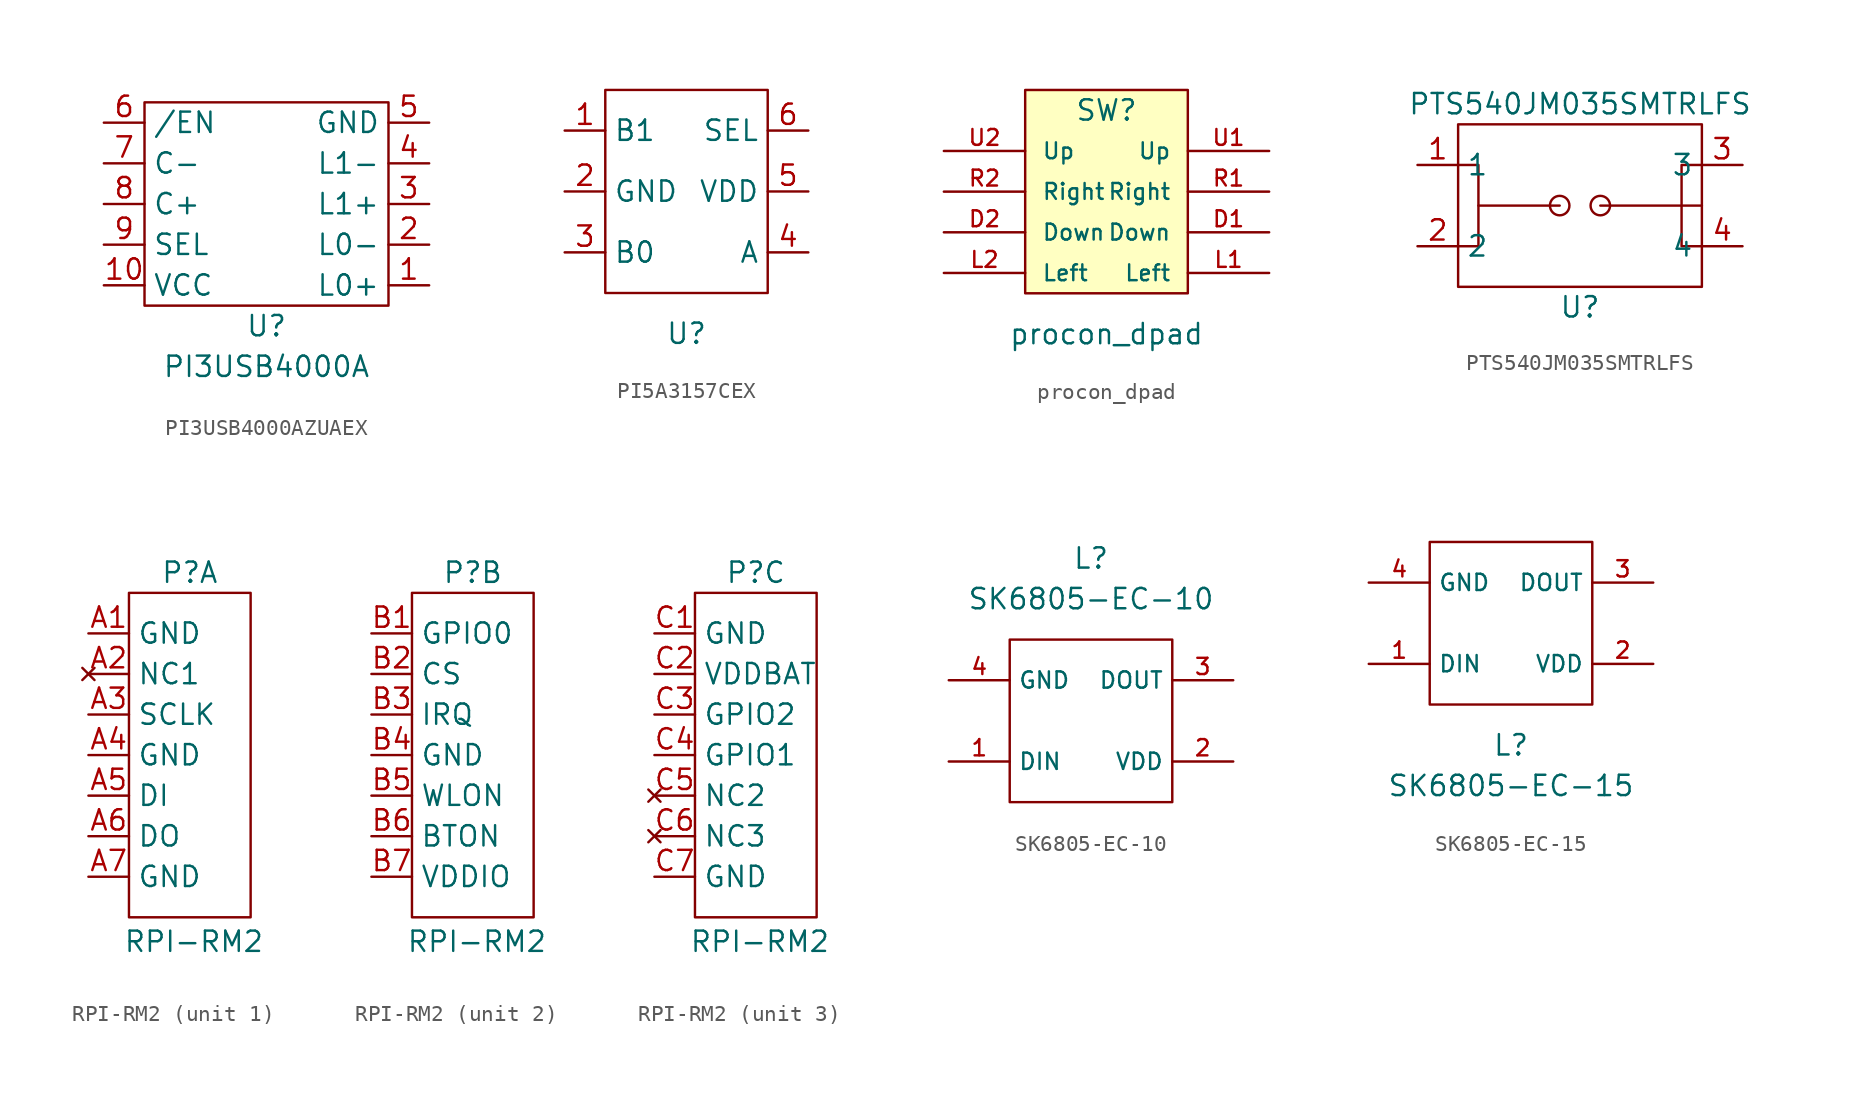
<source format=kicad_sym>
(kicad_symbol_lib
  (version 20231120)
  (generator "kicad_symbol_editor")
  (generator_version "8.0")
  (symbol "PI3USB4000AZUAEX"
    (property "Reference" "U"
      (at 0 -7.62 0)
      (effects (font (size 1.27 1.27))))
    (property "Value" "PI3USB4000A"
      (at 0 -10.16 0)
      (effects (font (size 1.27 1.27))))
    (symbol "PI3USB4000AZUAEX_0_1"
      (rectangle (start -7.62 6.35) (end 7.62 -6.35) (stroke (width 0) (type default)) (fill (type none))))
    (symbol "PI3USB4000AZUAEX_1_1"
      (pin bidirectional line (at 10.16 -5.08 180) (length 2.54) (name "L0+" (effects (font (size 1.27 1.27)))) (number "1" (effects (font (size 1.27 1.27)))))
      (pin power_in line (at -10.16 -5.08 0) (length 2.54) (name "VCC" (effects (font (size 1.27 1.27)))) (number "10" (effects (font (size 1.27 1.27)))))
      (pin bidirectional line (at 10.16 -2.54 180) (length 2.54) (name "L0-" (effects (font (size 1.27 1.27)))) (number "2" (effects (font (size 1.27 1.27)))))
      (pin bidirectional line (at 10.16 0 180) (length 2.54) (name "L1+" (effects (font (size 1.27 1.27)))) (number "3" (effects (font (size 1.27 1.27)))))
      (pin bidirectional line (at 10.16 2.54 180) (length 2.54) (name "L1-" (effects (font (size 1.27 1.27)))) (number "4" (effects (font (size 1.27 1.27)))))
      (pin input line (at 10.16 5.08 180) (length 2.54) (name "GND" (effects (font (size 1.27 1.27)))) (number "5" (effects (font (size 1.27 1.27)))))
      (pin input line (at -10.16 5.08 0) (length 2.54) (name "/EN" (effects (font (size 1.27 1.27)))) (number "6" (effects (font (size 1.27 1.27)))))
      (pin bidirectional line (at -10.16 2.54 0) (length 2.54) (name "C-" (effects (font (size 1.27 1.27)))) (number "7" (effects (font (size 1.27 1.27)))))
      (pin bidirectional line (at -10.16 0 0) (length 2.54) (name "C+" (effects (font (size 1.27 1.27)))) (number "8" (effects (font (size 1.27 1.27)))))
      (pin input line (at -10.16 -2.54 0) (length 2.54) (name "SEL" (effects (font (size 1.27 1.27)))) (number "9" (effects (font (size 1.27 1.27)))))))
  (symbol "PI5A3157CEX"
    (property "Reference" "U"
      (at 0 -8.89 0)
      (effects (font (size 1.27 1.27))))
    (property "Value" ""
      (at 0 0 0)
      (effects (font (size 1.27 1.27))))
    (symbol "PI5A3157CEX_0_1"
      (rectangle (start -5.08 6.35) (end 5.08 -6.35) (stroke (width 0) (type default)) (fill (type none))))
    (symbol "PI5A3157CEX_1_1"
      (pin input line (at -7.62 3.81 0) (length 2.54) (name "B1" (effects (font (size 1.27 1.27)))) (number "1" (effects (font (size 1.27 1.27)))))
      (pin input line (at -7.62 0 0) (length 2.54) (name "GND" (effects (font (size 1.27 1.27)))) (number "2" (effects (font (size 1.27 1.27)))))
      (pin input line (at -7.62 -3.81 0) (length 2.54) (name "B0" (effects (font (size 1.27 1.27)))) (number "3" (effects (font (size 1.27 1.27)))))
      (pin input line (at 7.62 -3.81 180) (length 2.54) (name "A" (effects (font (size 1.27 1.27)))) (number "4" (effects (font (size 1.27 1.27)))))
      (pin input line (at 7.62 0 180) (length 2.54) (name "VDD" (effects (font (size 1.27 1.27)))) (number "5" (effects (font (size 1.27 1.27)))))
      (pin input line (at 7.62 3.81 180) (length 2.54) (name "SEL" (effects (font (size 1.27 1.27)))) (number "6" (effects (font (size 1.27 1.27)))))))
  (symbol "procon_dpad"
    (pin_names
      (offset 1.016))
    (property "Reference" "SW"
      (at 0 16.51 0)
      (effects (font (size 1.27 1.27))))
    (property "Value" "procon_dpad"
      (at 0 2.54 0)
      (effects (font (size 1.27 1.27))))
    (symbol "procon_dpad_0_1"
      (rectangle (start -5.08 17.78) (end 5.08 5.08) (stroke (width 0) (type default)) (fill (type background))))
    (symbol "procon_dpad_1_1"
      (pin input line (at 10.16 8.89 180) (length 5.08) (name "Down" (effects (font (size 0.991 0.991)))) (number "D1" (effects (font (size 0.991 0.991)))))
      (pin input line (at -10.16 8.89 0) (length 5.08) (name "Down" (effects (font (size 0.991 0.991)))) (number "D2" (effects (font (size 0.991 0.991)))))
      (pin input line (at 10.16 6.35 180) (length 5.08) (name "Left" (effects (font (size 0.991 0.991)))) (number "L1" (effects (font (size 0.991 0.991)))))
      (pin input line (at -10.16 6.35 0) (length 5.08) (name "Left" (effects (font (size 0.991 0.991)))) (number "L2" (effects (font (size 0.991 0.991)))))
      (pin input line (at 10.16 11.43 180) (length 5.08) (name "Right" (effects (font (size 0.991 0.991)))) (number "R1" (effects (font (size 0.991 0.991)))))
      (pin input line (at -10.16 11.43 0) (length 5.08) (name "Right" (effects (font (size 0.991 0.991)))) (number "R2" (effects (font (size 0.991 0.991)))))
      (pin input line (at 10.16 13.97 180) (length 5.08) (name "Up" (effects (font (size 0.991 0.991)))) (number "U1" (effects (font (size 0.991 0.991)))))
      (pin input line (at -10.16 13.97 0) (length 5.08) (name "Up" (effects (font (size 0.991 0.991)))) (number "U2" (effects (font (size 0.991 0.991)))))))
  (symbol "PTS540JM035SMTRLFS"
    (property "Reference" "U"
      (at 0 -6.35 0)
      (effects (font (size 1.27 1.27))))
    (property "Value" "PTS540JM035SMTRLFS"
      (at 0 6.35 0)
      (effects (font (size 1.27 1.27))))
    (symbol "PTS540JM035SMTRLFS_0_1"
      (rectangle (start -7.62 5.08) (end 7.62 -5.08) (stroke (width 0) (type default)) (fill (type none)))
      (circle (center -1.27 0) (radius 0.609) (stroke (width 0) (type default)) (fill (type none)))
      (polyline (pts (xy -6.35 0) (xy -1.27 0)) (stroke (width 0) (type default)) (fill (type none)))
      (polyline (pts (xy 1.27 0) (xy 7.62 0)) (stroke (width 0) (type default)) (fill (type none)))
      (polyline (pts (xy -7.62 2.54) (xy -6.35 2.54) (xy -6.35 0) (xy -6.35 -2.54) (xy -7.62 -2.54)) (stroke (width 0) (type default)) (fill (type none)))
      (polyline (pts (xy 7.62 2.54) (xy 6.35 2.54) (xy 6.35 0) (xy 6.35 -2.54) (xy 7.62 -2.54)) (stroke (width 0) (type default)) (fill (type none)))
      (circle (center 1.27 0) (radius 0.609) (stroke (width 0) (type default)) (fill (type none))))
    (symbol "PTS540JM035SMTRLFS_1_1"
      (pin input line (at -10.16 2.54 0) (length 2.54) (name "1" (effects (font (size 1.27 1.27)))) (number "1" (effects (font (size 1.27 1.27)))))
      (pin input line (at -10.16 -2.54 0) (length 2.54) (name "2" (effects (font (size 1.27 1.27)))) (number "2" (effects (font (size 1.27 1.27)))))
      (pin input line (at 10.16 2.54 180) (length 2.54) (name "3" (effects (font (size 1.27 1.27)))) (number "3" (effects (font (size 1.27 1.27)))))
      (pin input line (at 10.16 -2.54 180) (length 2.54) (name "4" (effects (font (size 1.27 1.27)))) (number "4" (effects (font (size 1.27 1.27)))))))
  (symbol "RPI-RM2"
    (property "Reference" "P"
      (at 0 11.43 0)
      (effects (font (size 1.27 1.27))))
    (property "Value" "RPI-RM2"
      (at 0.254 -11.684 0)
      (effects (font (size 1.27 1.27))))
    (property "ki_locked" ""
      (at 0 0 0)
      (effects (font (size 1.27 1.27))))
    (symbol "RPI-RM2_1_1"
      (rectangle (start -3.81 10.16) (end 3.81 -10.16) (stroke (width 0) (type default)) (fill (type none)))
      (pin input line (at -6.35 7.62 0) (length 2.54) (name "GND" (effects (font (size 1.27 1.27)))) (number "A1" (effects (font (size 1.27 1.27)))))
      (pin no_connect line (at -6.35 5.08 0) (length 2.54) (name "NC1" (effects (font (size 1.27 1.27)))) (number "A2" (effects (font (size 1.27 1.27)))))
      (pin input line (at -6.35 2.54 0) (length 2.54) (name "SCLK" (effects (font (size 1.27 1.27)))) (number "A3" (effects (font (size 1.27 1.27)))))
      (pin input line (at -6.35 0 0) (length 2.54) (name "GND" (effects (font (size 1.27 1.27)))) (number "A4" (effects (font (size 1.27 1.27)))))
      (pin input line (at -6.35 -2.54 0) (length 2.54) (name "DI" (effects (font (size 1.27 1.27)))) (number "A5" (effects (font (size 1.27 1.27)))))
      (pin input line (at -6.35 -5.08 0) (length 2.54) (name "DO" (effects (font (size 1.27 1.27)))) (number "A6" (effects (font (size 1.27 1.27)))))
      (pin input line (at -6.35 -7.62 0) (length 2.54) (name "GND" (effects (font (size 1.27 1.27)))) (number "A7" (effects (font (size 1.27 1.27))))))
    (symbol "RPI-RM2_2_1"
      (rectangle (start -3.81 10.16) (end 3.81 -10.16) (stroke (width 0) (type default)) (fill (type none)))
      (pin input line (at -6.35 7.62 0) (length 2.54) (name "GPIO0" (effects (font (size 1.27 1.27)))) (number "B1" (effects (font (size 1.27 1.27)))))
      (pin input line (at -6.35 5.08 0) (length 2.54) (name "CS" (effects (font (size 1.27 1.27)))) (number "B2" (effects (font (size 1.27 1.27)))))
      (pin input line (at -6.35 2.54 0) (length 2.54) (name "IRQ" (effects (font (size 1.27 1.27)))) (number "B3" (effects (font (size 1.27 1.27)))))
      (pin input line (at -6.35 0 0) (length 2.54) (name "GND" (effects (font (size 1.27 1.27)))) (number "B4" (effects (font (size 1.27 1.27)))))
      (pin input line (at -6.35 -2.54 0) (length 2.54) (name "WLON" (effects (font (size 1.27 1.27)))) (number "B5" (effects (font (size 1.27 1.27)))))
      (pin input line (at -6.35 -5.08 0) (length 2.54) (name "BTON" (effects (font (size 1.27 1.27)))) (number "B6" (effects (font (size 1.27 1.27)))))
      (pin input line (at -6.35 -7.62 0) (length 2.54) (name "VDDIO" (effects (font (size 1.27 1.27)))) (number "B7" (effects (font (size 1.27 1.27))))))
    (symbol "RPI-RM2_3_1"
      (rectangle (start -3.81 10.16) (end 3.81 -10.16) (stroke (width 0) (type default)) (fill (type none)))
      (pin input line (at -6.35 7.62 0) (length 2.54) (name "GND" (effects (font (size 1.27 1.27)))) (number "C1" (effects (font (size 1.27 1.27)))))
      (pin input line (at -6.35 5.08 0) (length 2.54) (name "VDDBAT" (effects (font (size 1.27 1.27)))) (number "C2" (effects (font (size 1.27 1.27)))))
      (pin input line (at -6.35 2.54 0) (length 2.54) (name "GPIO2" (effects (font (size 1.27 1.27)))) (number "C3" (effects (font (size 1.27 1.27)))))
      (pin input line (at -6.35 0 0) (length 2.54) (name "GPIO1" (effects (font (size 1.27 1.27)))) (number "C4" (effects (font (size 1.27 1.27)))))
      (pin no_connect line (at -6.35 -2.54 0) (length 2.54) (name "NC2" (effects (font (size 1.27 1.27)))) (number "C5" (effects (font (size 1.27 1.27)))))
      (pin no_connect line (at -6.35 -5.08 0) (length 2.54) (name "NC3" (effects (font (size 1.27 1.27)))) (number "C6" (effects (font (size 1.27 1.27)))))
      (pin input line (at -6.35 -7.62 0) (length 2.54) (name "GND" (effects (font (size 1.27 1.27)))) (number "C7" (effects (font (size 1.27 1.27)))))))
  (symbol "SK6805-EC-10"
    (property "Reference" "L"
      (at 0 10.16 0)
      (effects (font (size 1.27 1.27))))
    (property "Value" "SK6805-EC-10"
      (at 0 7.62 0)
      (effects (font (size 1.27 1.27))))
    (symbol "SK6805-EC-10_0_0"
      (pin input line (at -8.89 -2.54 0) (length 3.81) (name "DIN" (effects (font (size 1.016 1.016)))) (number "1" (effects (font (size 1.016 1.016)))))
      (pin power_in line (at 8.89 -2.54 180) (length 3.81) (name "VDD" (effects (font (size 1.016 1.016)))) (number "2" (effects (font (size 1.016 1.016)))))
      (pin output line (at 8.89 2.54 180) (length 3.81) (name "DOUT" (effects (font (size 1.016 1.016)))) (number "3" (effects (font (size 1.016 1.016)))))
      (pin power_in line (at -8.89 2.54 0) (length 3.81) (name "GND" (effects (font (size 1.016 1.016)))) (number "4" (effects (font (size 1.016 1.016))))))
    (symbol "SK6805-EC-10_0_1"
      (polyline (pts (xy -5.08 2.54) (xy -5.08 5.08) (xy 5.08 5.08) (xy 5.08 -5.08) (xy -5.08 -5.08) (xy -5.08 2.54)) (stroke (width 0) (type default)) (fill (type none)))))
  (symbol "SK6805-EC-15"
    (property "Reference" "L"
      (at 0 -7.62 0)
      (effects (font (size 1.27 1.27))))
    (property "Value" "SK6805-EC-15"
      (at 0 -10.16 0)
      (effects (font (size 1.27 1.27))))
    (symbol "SK6805-EC-15_0_0"
      (pin input line (at -8.89 -2.54 0) (length 3.81) (name "DIN" (effects (font (size 1.016 1.016)))) (number "1" (effects (font (size 1.016 1.016)))))
      (pin power_in line (at 8.89 -2.54 180) (length 3.81) (name "VDD" (effects (font (size 1.016 1.016)))) (number "2" (effects (font (size 1.016 1.016)))))
      (pin output line (at 8.89 2.54 180) (length 3.81) (name "DOUT" (effects (font (size 1.016 1.016)))) (number "3" (effects (font (size 1.016 1.016)))))
      (pin power_in line (at -8.89 2.54 0) (length 3.81) (name "GND" (effects (font (size 1.016 1.016)))) (number "4" (effects (font (size 1.016 1.016))))))
    (symbol "SK6805-EC-15_0_1"
      (polyline (pts (xy -5.08 2.54) (xy -5.08 5.08) (xy 5.08 5.08) (xy 5.08 -5.08) (xy -5.08 -5.08) (xy -5.08 2.54)) (stroke (width 0) (type default)) (fill (type none))))))
</source>
